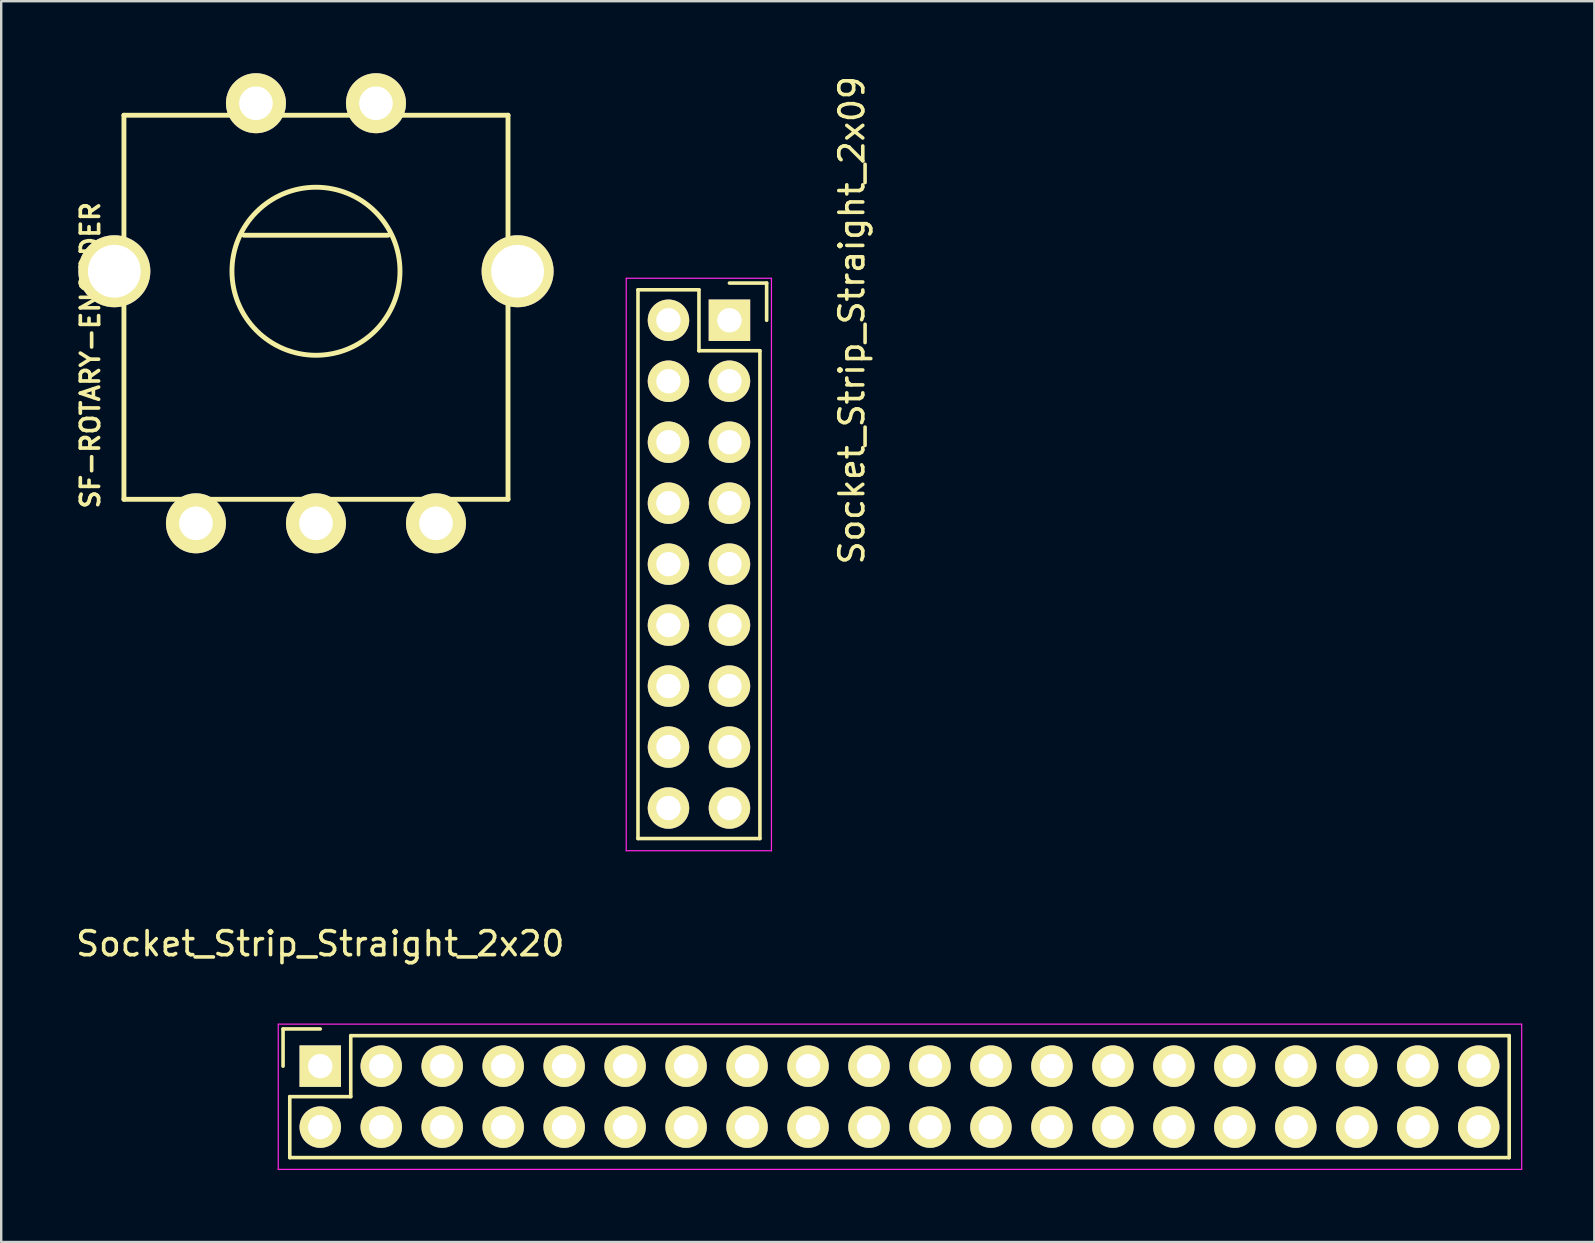
<source format=kicad_pcb>
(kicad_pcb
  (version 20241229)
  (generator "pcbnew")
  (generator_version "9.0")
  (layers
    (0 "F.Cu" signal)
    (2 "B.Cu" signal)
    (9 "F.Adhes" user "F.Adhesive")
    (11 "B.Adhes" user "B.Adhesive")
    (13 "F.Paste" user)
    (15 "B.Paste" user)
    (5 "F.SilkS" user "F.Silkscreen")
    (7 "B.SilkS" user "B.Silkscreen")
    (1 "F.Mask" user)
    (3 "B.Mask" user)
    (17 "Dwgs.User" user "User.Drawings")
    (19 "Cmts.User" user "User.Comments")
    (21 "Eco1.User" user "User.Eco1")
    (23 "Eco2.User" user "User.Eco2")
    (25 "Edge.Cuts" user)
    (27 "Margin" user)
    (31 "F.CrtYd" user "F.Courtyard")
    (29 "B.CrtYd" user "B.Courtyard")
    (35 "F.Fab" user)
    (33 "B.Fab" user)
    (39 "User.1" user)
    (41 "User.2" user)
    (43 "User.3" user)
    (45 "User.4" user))
  (footprint "Socket_Strip_Straight_2x09"
    (layer "F.Cu")
    (at 26.058 11.56)
    (property "Reference" "Socket_Strip_Straight_2x09" (at 6.38 -1.268 270) (layer "F.SilkS") (effects (font (size 1 1) (thickness 0.15))))
    (attr through_hole)
    (fp_line (start -2.53 -2.538) (end 0.01 -2.538) (stroke (width 0.15) (type solid)) (layer "F.SilkS"))
    (fp_line (start -2.53 20.322) (end -2.53 -2.538) (stroke (width 0.15) (type solid)) (layer "F.SilkS"))
    (fp_line (start -2.53 20.322) (end 2.55 20.322) (stroke (width 0.15) (type solid)) (layer "F.SilkS"))
    (fp_line (start 0.01 -2.538) (end 0.01 0.002) (stroke (width 0.15) (type solid)) (layer "F.SilkS"))
    (fp_line (start 0.01 0.002) (end 2.55 0.002) (stroke (width 0.15) (type solid)) (layer "F.SilkS"))
    (fp_line (start 2.55 0.002) (end 2.55 20.322) (stroke (width 0.15) (type solid)) (layer "F.SilkS"))
    (fp_line (start 2.83 -2.818) (end 1.28 -2.818) (stroke (width 0.15) (type solid)) (layer "F.SilkS"))
    (fp_line (start 2.83 -1.268) (end 2.83 -2.818) (stroke (width 0.15) (type solid)) (layer "F.SilkS"))
    (fp_line (start -3.02 -3.018) (end -3.02 20.832) (stroke (width 0.05) (type solid)) (layer "F.CrtYd"))
    (fp_line (start 3.03 -3.018) (end -3.02 -3.018) (stroke (width 0.05) (type solid)) (layer "F.CrtYd"))
    (fp_line (start 3.03 -3.018) (end 3.03 20.832) (stroke (width 0.05) (type solid)) (layer "F.CrtYd"))
    (fp_line (start 3.03 20.832) (end -3.02 20.832) (stroke (width 0.05) (type solid)) (layer "F.CrtYd"))
    (pad "19" thru_hole rect (at 1.28 -1.268 270) (size 1.727 1.727) (drill 1.016) (layers "*.Cu" "*.Mask" "F.SilkS"))
    (pad "20" thru_hole oval (at -1.26 -1.268 270) (size 1.727 1.727) (drill 1.016) (layers "*.Cu" "*.Mask" "F.SilkS"))
    (pad "21" thru_hole oval (at 1.28 1.272 270) (size 1.727 1.727) (drill 1.016) (layers "*.Cu" "*.Mask" "F.SilkS"))
    (pad "22" thru_hole oval (at -1.26 1.272 270) (size 1.727 1.727) (drill 1.016) (layers "*.Cu" "*.Mask" "F.SilkS"))
    (pad "23" thru_hole oval (at 1.28 3.812 270) (size 1.727 1.727) (drill 1.016) (layers "*.Cu" "*.Mask" "F.SilkS"))
    (pad "24" thru_hole oval (at -1.26 3.812 270) (size 1.727 1.727) (drill 1.016) (layers "*.Cu" "*.Mask" "F.SilkS"))
    (pad "25" thru_hole oval (at 1.28 6.352 270) (size 1.727 1.727) (drill 1.016) (layers "*.Cu" "*.Mask" "F.SilkS"))
    (pad "26" thru_hole oval (at -1.26 6.352 270) (size 1.727 1.727) (drill 1.016) (layers "*.Cu" "*.Mask" "F.SilkS"))
    (pad "27" thru_hole oval (at 1.28 8.892 270) (size 1.727 1.727) (drill 1.016) (layers "*.Cu" "*.Mask" "F.SilkS"))
    (pad "28" thru_hole oval (at -1.26 8.892 270) (size 1.727 1.727) (drill 1.016) (layers "*.Cu" "*.Mask" "F.SilkS"))
    (pad "29" thru_hole oval (at 1.28 11.432 270) (size 1.727 1.727) (drill 1.016) (layers "*.Cu" "*.Mask" "F.SilkS"))
    (pad "30" thru_hole oval (at -1.26 11.432 270) (size 1.727 1.727) (drill 1.016) (layers "*.Cu" "*.Mask" "F.SilkS"))
    (pad "31" thru_hole oval (at 1.28 13.972 270) (size 1.727 1.727) (drill 1.016) (layers "*.Cu" "*.Mask" "F.SilkS"))
    (pad "32" thru_hole oval (at -1.26 13.972 270) (size 1.727 1.727) (drill 1.016) (layers "*.Cu" "*.Mask" "F.SilkS"))
    (pad "33" thru_hole oval (at 1.28 16.512 270) (size 1.727 1.727) (drill 1.016) (layers "*.Cu" "*.Mask" "F.SilkS"))
    (pad "34" thru_hole oval (at -1.26 16.512 270) (size 1.727 1.727) (drill 1.016) (layers "*.Cu" "*.Mask" "F.SilkS"))
    (pad "35" thru_hole oval (at 1.28 19.052 270) (size 1.727 1.727) (drill 1.016) (layers "*.Cu" "*.Mask" "F.SilkS"))
    (pad "36" thru_hole oval (at -1.26 19.052 270) (size 1.727 1.727) (drill 1.016) (layers "*.Cu" "*.Mask" "F.SilkS")))
  (footprint "SF-ROTARY-ENCODER"
    (layer "F.Cu")
    (at 10.113 8.25)
    (property "Reference" "SF-ROTARY-ENCODER" (at -9.4 3.5 90) (layer "F.SilkS") (effects (font (size 0.762 0.762) (thickness 0.152))))
    (attr through_hole)
    (fp_line (start -8 -6.5) (end 8 -6.5) (stroke (width 0.203) (type solid)) (layer "F.SilkS"))
    (fp_line (start -8 9.5) (end -8 -6.5) (stroke (width 0.203) (type solid)) (layer "F.SilkS"))
    (fp_line (start 3 -1.5) (end -3 -1.5) (stroke (width 0.203) (type solid)) (layer "F.SilkS"))
    (fp_line (start 8 -6.5) (end 8 9.5) (stroke (width 0.203) (type solid)) (layer "F.SilkS"))
    (fp_line (start 8 9.5) (end -8 9.5) (stroke (width 0.203) (type solid)) (layer "F.SilkS"))
    (fp_circle (center 0 0) (end 3.5 0) (stroke (width 0.203) (type solid)) (fill no) (layer "F.SilkS"))
    (pad "" thru_hole circle (at -8.4 0) (size 3 3) (drill 2.2) (layers "*.Cu" "*.Mask" "F.SilkS"))
    (pad "" thru_hole circle (at 8.4 0) (size 3 3) (drill 2.2) (layers "*.Cu" "*.Mask" "F.SilkS"))
    (pad "1" thru_hole circle (at -5 10.5) (size 2.5 2.5) (drill 1.4) (layers "*.Cu" "*.Mask" "F.SilkS"))
    (pad "2" thru_hole circle (at 0 10.5) (size 2.5 2.5) (drill 1.4) (layers "*.Cu" "*.Mask" "F.SilkS"))
    (pad "3" thru_hole circle (at 5 10.5) (size 2.5 2.5) (drill 1.4) (layers "*.Cu" "*.Mask" "F.SilkS"))
    (pad "4" thru_hole circle (at -2.5 -7) (size 2.5 2.5) (drill 1.4) (layers "*.Cu" "*.Mask" "F.SilkS"))
    (pad "5" thru_hole circle (at 2.5 -7) (size 2.5 2.5) (drill 1.4) (layers "*.Cu" "*.Mask" "F.SilkS")))
  (footprint "Socket_Strip_Straight_2x20"
    (layer "F.Cu")
    (at 10.292 41.365)
    (property "Reference" "Socket_Strip_Straight_2x20" (at 0 -5.1 0) (layer "F.SilkS") (effects (font (size 1 1) (thickness 0.15))))
    (attr through_hole)
    (fp_line (start -1.55 -1.55) (end -1.55 0) (stroke (width 0.15) (type solid)) (layer "F.SilkS"))
    (fp_line (start -1.27 1.27) (end 1.27 1.27) (stroke (width 0.15) (type solid)) (layer "F.SilkS"))
    (fp_line (start -1.27 3.81) (end -1.27 1.27) (stroke (width 0.15) (type solid)) (layer "F.SilkS"))
    (fp_line (start 0 -1.55) (end -1.55 -1.55) (stroke (width 0.15) (type solid)) (layer "F.SilkS"))
    (fp_line (start 1.27 -1.27) (end 49.53 -1.27) (stroke (width 0.15) (type solid)) (layer "F.SilkS"))
    (fp_line (start 1.27 1.27) (end 1.27 -1.27) (stroke (width 0.15) (type solid)) (layer "F.SilkS"))
    (fp_line (start 49.53 3.81) (end -1.27 3.81) (stroke (width 0.15) (type solid)) (layer "F.SilkS"))
    (fp_line (start 49.53 3.81) (end 49.53 -1.27) (stroke (width 0.15) (type solid)) (layer "F.SilkS"))
    (fp_line (start -1.75 -1.75) (end -1.75 4.3) (stroke (width 0.05) (type solid)) (layer "F.CrtYd"))
    (fp_line (start -1.75 -1.75) (end 50.05 -1.75) (stroke (width 0.05) (type solid)) (layer "F.CrtYd"))
    (fp_line (start -1.75 4.3) (end 50.05 4.3) (stroke (width 0.05) (type solid)) (layer "F.CrtYd"))
    (fp_line (start 50.05 -1.75) (end 50.05 4.3) (stroke (width 0.05) (type solid)) (layer "F.CrtYd"))
    (pad "1" thru_hole rect (at 0 0) (size 1.727 1.727) (drill 1.016) (layers "*.Cu" "*.Mask" "F.SilkS"))
    (pad "2" thru_hole oval (at 0 2.54) (size 1.727 1.727) (drill 1.016) (layers "*.Cu" "*.Mask" "F.SilkS"))
    (pad "3" thru_hole oval (at 2.54 0) (size 1.727 1.727) (drill 1.016) (layers "*.Cu" "*.Mask" "F.SilkS"))
    (pad "4" thru_hole oval (at 2.54 2.54) (size 1.727 1.727) (drill 1.016) (layers "*.Cu" "*.Mask" "F.SilkS"))
    (pad "5" thru_hole oval (at 5.08 0) (size 1.727 1.727) (drill 1.016) (layers "*.Cu" "*.Mask" "F.SilkS"))
    (pad "6" thru_hole oval (at 5.08 2.54) (size 1.727 1.727) (drill 1.016) (layers "*.Cu" "*.Mask" "F.SilkS"))
    (pad "7" thru_hole oval (at 7.62 0) (size 1.727 1.727) (drill 1.016) (layers "*.Cu" "*.Mask" "F.SilkS"))
    (pad "8" thru_hole oval (at 7.62 2.54) (size 1.727 1.727) (drill 1.016) (layers "*.Cu" "*.Mask" "F.SilkS"))
    (pad "9" thru_hole oval (at 10.16 0) (size 1.727 1.727) (drill 1.016) (layers "*.Cu" "*.Mask" "F.SilkS"))
    (pad "10" thru_hole oval (at 10.16 2.54) (size 1.727 1.727) (drill 1.016) (layers "*.Cu" "*.Mask" "F.SilkS"))
    (pad "11" thru_hole oval (at 12.7 0) (size 1.727 1.727) (drill 1.016) (layers "*.Cu" "*.Mask" "F.SilkS"))
    (pad "12" thru_hole oval (at 12.7 2.54) (size 1.727 1.727) (drill 1.016) (layers "*.Cu" "*.Mask" "F.SilkS"))
    (pad "13" thru_hole oval (at 15.24 0) (size 1.727 1.727) (drill 1.016) (layers "*.Cu" "*.Mask" "F.SilkS"))
    (pad "14" thru_hole oval (at 15.24 2.54) (size 1.727 1.727) (drill 1.016) (layers "*.Cu" "*.Mask" "F.SilkS"))
    (pad "15" thru_hole oval (at 17.78 0) (size 1.727 1.727) (drill 1.016) (layers "*.Cu" "*.Mask" "F.SilkS"))
    (pad "16" thru_hole oval (at 17.78 2.54) (size 1.727 1.727) (drill 1.016) (layers "*.Cu" "*.Mask" "F.SilkS"))
    (pad "17" thru_hole oval (at 20.32 0) (size 1.727 1.727) (drill 1.016) (layers "*.Cu" "*.Mask" "F.SilkS"))
    (pad "18" thru_hole oval (at 20.32 2.54) (size 1.727 1.727) (drill 1.016) (layers "*.Cu" "*.Mask" "F.SilkS"))
    (pad "19" thru_hole oval (at 22.86 0) (size 1.727 1.727) (drill 1.016) (layers "*.Cu" "*.Mask" "F.SilkS"))
    (pad "20" thru_hole oval (at 22.86 2.54) (size 1.727 1.727) (drill 1.016) (layers "*.Cu" "*.Mask" "F.SilkS"))
    (pad "21" thru_hole oval (at 25.4 0) (size 1.727 1.727) (drill 1.016) (layers "*.Cu" "*.Mask" "F.SilkS"))
    (pad "22" thru_hole oval (at 25.4 2.54) (size 1.727 1.727) (drill 1.016) (layers "*.Cu" "*.Mask" "F.SilkS"))
    (pad "23" thru_hole oval (at 27.94 0) (size 1.727 1.727) (drill 1.016) (layers "*.Cu" "*.Mask" "F.SilkS"))
    (pad "24" thru_hole oval (at 27.94 2.54) (size 1.727 1.727) (drill 1.016) (layers "*.Cu" "*.Mask" "F.SilkS"))
    (pad "25" thru_hole oval (at 30.48 0) (size 1.727 1.727) (drill 1.016) (layers "*.Cu" "*.Mask" "F.SilkS"))
    (pad "26" thru_hole oval (at 30.48 2.54) (size 1.727 1.727) (drill 1.016) (layers "*.Cu" "*.Mask" "F.SilkS"))
    (pad "27" thru_hole oval (at 33.02 0) (size 1.727 1.727) (drill 1.016) (layers "*.Cu" "*.Mask" "F.SilkS"))
    (pad "28" thru_hole oval (at 33.02 2.54) (size 1.727 1.727) (drill 1.016) (layers "*.Cu" "*.Mask" "F.SilkS"))
    (pad "29" thru_hole oval (at 35.56 0) (size 1.727 1.727) (drill 1.016) (layers "*.Cu" "*.Mask" "F.SilkS"))
    (pad "30" thru_hole oval (at 35.56 2.54) (size 1.727 1.727) (drill 1.016) (layers "*.Cu" "*.Mask" "F.SilkS"))
    (pad "31" thru_hole oval (at 38.1 0) (size 1.727 1.727) (drill 1.016) (layers "*.Cu" "*.Mask" "F.SilkS"))
    (pad "32" thru_hole oval (at 38.1 2.54) (size 1.727 1.727) (drill 1.016) (layers "*.Cu" "*.Mask" "F.SilkS"))
    (pad "33" thru_hole oval (at 40.64 0) (size 1.727 1.727) (drill 1.016) (layers "*.Cu" "*.Mask" "F.SilkS"))
    (pad "34" thru_hole oval (at 40.64 2.54) (size 1.727 1.727) (drill 1.016) (layers "*.Cu" "*.Mask" "F.SilkS"))
    (pad "35" thru_hole oval (at 43.18 0) (size 1.727 1.727) (drill 1.016) (layers "*.Cu" "*.Mask" "F.SilkS"))
    (pad "36" thru_hole oval (at 43.18 2.54) (size 1.727 1.727) (drill 1.016) (layers "*.Cu" "*.Mask" "F.SilkS"))
    (pad "37" thru_hole oval (at 45.72 0) (size 1.727 1.727) (drill 1.016) (layers "*.Cu" "*.Mask" "F.SilkS"))
    (pad "38" thru_hole oval (at 45.72 2.54) (size 1.727 1.727) (drill 1.016) (layers "*.Cu" "*.Mask" "F.SilkS"))
    (pad "39" thru_hole oval (at 48.26 0) (size 1.727 1.727) (drill 1.016) (layers "*.Cu" "*.Mask" "F.SilkS"))
    (pad "40" thru_hole oval (at 48.26 2.54) (size 1.727 1.727) (drill 1.016) (layers "*.Cu" "*.Mask" "F.SilkS")))
  (gr_rect
    (start -3 -3)
    (end 63.367 48.69)
    (stroke (width 0.1) (type default))
    (fill no)
    (layer "Edge.Cuts")))
</source>
